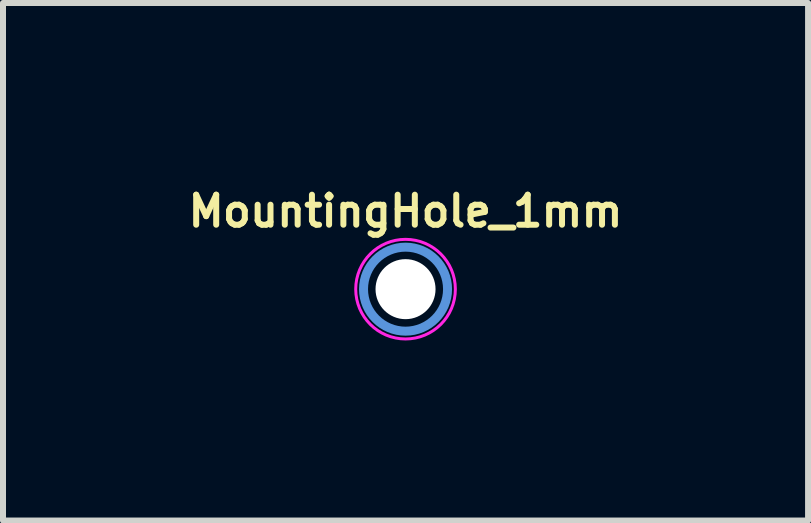
<source format=kicad_pcb>
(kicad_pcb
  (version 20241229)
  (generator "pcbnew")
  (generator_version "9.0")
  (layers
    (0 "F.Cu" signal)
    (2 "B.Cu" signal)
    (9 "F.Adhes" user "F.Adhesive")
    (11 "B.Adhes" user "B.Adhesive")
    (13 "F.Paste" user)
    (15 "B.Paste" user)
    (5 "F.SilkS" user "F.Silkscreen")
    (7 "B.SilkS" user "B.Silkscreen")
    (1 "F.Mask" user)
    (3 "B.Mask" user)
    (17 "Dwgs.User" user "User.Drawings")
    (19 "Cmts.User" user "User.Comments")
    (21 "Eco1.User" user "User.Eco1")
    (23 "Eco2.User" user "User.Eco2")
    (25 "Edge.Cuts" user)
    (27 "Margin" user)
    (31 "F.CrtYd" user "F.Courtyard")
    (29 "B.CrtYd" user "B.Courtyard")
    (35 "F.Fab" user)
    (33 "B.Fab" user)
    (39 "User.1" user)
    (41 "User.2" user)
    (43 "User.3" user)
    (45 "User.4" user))
  (footprint "MountingHole_1mm"
    (layer "F.Cu")
    (at 3.707 1.768)
    (property "Reference" "MountingHole_1mm" (at 0 -1.3 0) (layer "F.SilkS") (effects (font (size 0.5 0.5) (thickness 0.1) (bold yes))))
    (attr through_hole exclude_from_pos_files exclude_from_bom)
    (fp_circle (center 0 0) (end 0.7 0) (stroke (width 0.15) (type solid)) (fill no) (layer "Cmts.User"))
    (fp_circle (center 0 0) (end 0.83 0) (stroke (width 0.05) (type solid)) (fill no) (layer "F.CrtYd"))
    (pad "" np_thru_hole circle (at 0 0) (size 1 1) (drill 1) (layers "*.Cu" "*.Mask")))
  (gr_rect
    (start -3 -3)
    (end 10.414 5.623)
    (stroke (width 0.1) (type default))
    (fill no)
    (layer "Edge.Cuts")))
</source>
